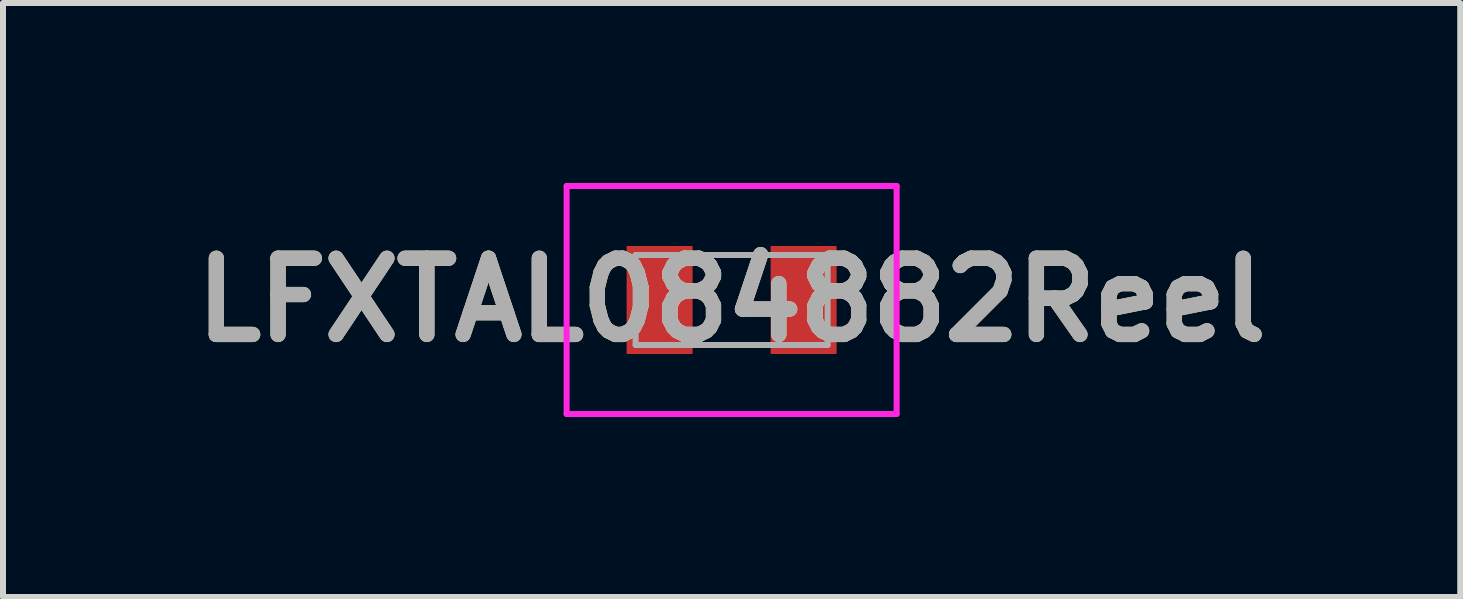
<source format=kicad_pcb>
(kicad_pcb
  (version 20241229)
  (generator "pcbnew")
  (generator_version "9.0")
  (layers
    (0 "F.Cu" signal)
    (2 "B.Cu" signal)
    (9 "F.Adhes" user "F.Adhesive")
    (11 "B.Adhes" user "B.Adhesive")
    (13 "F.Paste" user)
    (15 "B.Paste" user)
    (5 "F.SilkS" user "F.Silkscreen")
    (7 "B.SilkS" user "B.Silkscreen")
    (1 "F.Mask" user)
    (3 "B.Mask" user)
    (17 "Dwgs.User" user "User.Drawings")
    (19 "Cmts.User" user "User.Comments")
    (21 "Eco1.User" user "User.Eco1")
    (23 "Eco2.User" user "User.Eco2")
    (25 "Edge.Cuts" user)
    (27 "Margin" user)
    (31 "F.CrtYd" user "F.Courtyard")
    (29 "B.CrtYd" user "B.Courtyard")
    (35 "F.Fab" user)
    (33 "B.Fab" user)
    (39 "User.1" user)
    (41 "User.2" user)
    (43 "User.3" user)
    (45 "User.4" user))
  (footprint "LFXTAL084882Reel"
    (layer "F.Cu")
    (at 9.144 1.95)
    (property "Reference" "LFXTAL084882Reel" (at 0 0 0) (layer "F.SilkS") (effects (font (size 1.27 1.27) (thickness 0.254))))
    (attr smd)
    (fp_line (start -2.3 0) (end -2.3 0) (stroke (width 0.1) (type solid)) (layer "F.SilkS"))
    (fp_line (start -2.2 0) (end -2.2 0) (stroke (width 0.1) (type solid)) (layer "F.SilkS"))
    (fp_arc (start -2.3 0) (mid -2.25 -0.05) (end -2.2 0) (stroke (width 0.1) (type solid)) (layer "F.SilkS"))
    (fp_arc (start -2.2 0) (mid -2.25 0.05) (end -2.3 0) (stroke (width 0.1) (type solid)) (layer "F.SilkS"))
    (fp_line (start -2.75 -1.9) (end 2.75 -1.9) (stroke (width 0.1) (type solid)) (layer "F.CrtYd"))
    (fp_line (start -2.75 1.9) (end -2.75 -1.9) (stroke (width 0.1) (type solid)) (layer "F.CrtYd"))
    (fp_line (start 2.75 -1.9) (end 2.75 1.9) (stroke (width 0.1) (type solid)) (layer "F.CrtYd"))
    (fp_line (start 2.75 1.9) (end -2.75 1.9) (stroke (width 0.1) (type solid)) (layer "F.CrtYd"))
    (fp_line (start -1.6 -0.75) (end 1.6 -0.75) (stroke (width 0.1) (type solid)) (layer "F.Fab"))
    (fp_line (start -1.6 0.75) (end -1.6 -0.75) (stroke (width 0.1) (type solid)) (layer "F.Fab"))
    (fp_line (start 1.6 -0.75) (end 1.6 0.75) (stroke (width 0.1) (type solid)) (layer "F.Fab"))
    (fp_line (start 1.6 0.75) (end -1.6 0.75) (stroke (width 0.1) (type solid)) (layer "F.Fab"))
    (fp_text user "${REFERENCE}" (at 0 0 0) (layer "F.Fab") (effects (font (size 1.27 1.27) (thickness 0.254))))
    (pad "1" smd rect (at -1.2 0) (size 1.1 1.8) (layers "F.Cu" "F.Mask" "F.Paste"))
    (pad "2" smd rect (at 1.2 0) (size 1.1 1.8) (layers "F.Cu" "F.Mask" "F.Paste")))
  (gr_rect
    (start -3 -3)
    (end 21.288 6.9)
    (stroke (width 0.1) (type default))
    (fill no)
    (layer "Edge.Cuts")))
</source>
